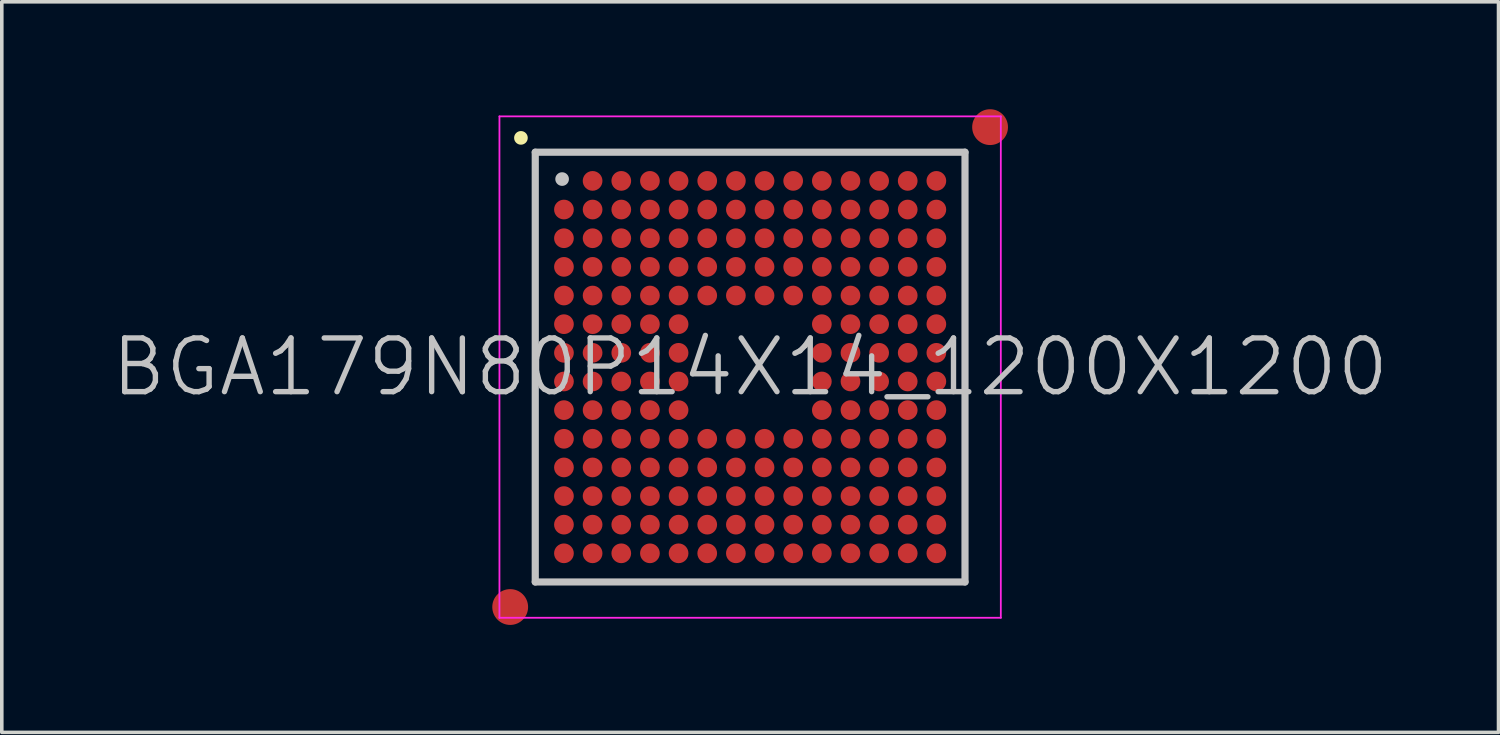
<source format=kicad_pcb>
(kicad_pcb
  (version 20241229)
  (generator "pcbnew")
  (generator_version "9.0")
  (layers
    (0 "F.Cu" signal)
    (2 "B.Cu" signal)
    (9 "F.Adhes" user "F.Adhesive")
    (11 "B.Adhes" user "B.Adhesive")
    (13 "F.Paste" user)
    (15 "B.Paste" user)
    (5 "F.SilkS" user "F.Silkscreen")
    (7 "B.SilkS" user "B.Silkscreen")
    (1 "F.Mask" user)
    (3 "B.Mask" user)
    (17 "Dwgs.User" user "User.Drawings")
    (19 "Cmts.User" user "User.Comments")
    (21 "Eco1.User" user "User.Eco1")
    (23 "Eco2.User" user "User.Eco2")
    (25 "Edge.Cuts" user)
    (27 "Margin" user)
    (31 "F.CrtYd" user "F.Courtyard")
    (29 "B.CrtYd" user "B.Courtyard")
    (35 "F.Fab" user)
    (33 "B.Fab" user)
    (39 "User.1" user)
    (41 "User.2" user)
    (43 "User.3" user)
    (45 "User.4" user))
  (footprint "BGA179N80P14X14_1200X1200"
    (layer "F.Cu")
    (at 17.896 7.2)
    (property "Reference" "BGA179N80P14X14_1200X1200" (at 0 0 0) (layer "Dwgs.User") (effects (font (size 1.5 1.5) (thickness 0.15))))
    (attr smd)
    (fp_line (start -6.4 -6.4) (end -6.4 -6.4) (stroke (width 0.381) (type solid)) (layer "F.SilkS"))
    (fp_line (start -6 -6) (end -6 6) (stroke (width 0.2) (type solid)) (layer "Dwgs.User"))
    (fp_line (start -6 -6) (end 6 -6) (stroke (width 0.2) (type solid)) (layer "Dwgs.User"))
    (fp_line (start -6 6) (end 6 6) (stroke (width 0.2) (type solid)) (layer "Dwgs.User"))
    (fp_line (start -5.25 -5.25) (end -5.25 -5.25) (stroke (width 0.381) (type solid)) (layer "Dwgs.User"))
    (fp_line (start 6 -6) (end 6 6) (stroke (width 0.2) (type solid)) (layer "Dwgs.User"))
    (fp_line (start -7 -7) (end -7 7) (stroke (width 0.05) (type solid)) (layer "F.CrtYd"))
    (fp_line (start -7 -7) (end 7 -7) (stroke (width 0.05) (type solid)) (layer "F.CrtYd"))
    (fp_line (start -7 7) (end 7 7) (stroke (width 0.05) (type solid)) (layer "F.CrtYd"))
    (fp_line (start 7 -7) (end 7 7) (stroke (width 0.05) (type solid)) (layer "F.CrtYd"))
    (pad "" smd circle (at -6.7 6.7) (size 1 1) (layers "F.Cu" "F.Mask"))
    (pad "" smd circle (at 6.7 -6.7) (size 1 1) (layers "F.Cu" "F.Mask"))
    (pad "A2" smd circle (at -4.399 -5.199) (size 0.55 0.55) (layers "F.Cu" "F.Mask" "F.Paste"))
    (pad "A3" smd circle (at -3.598 -5.199) (size 0.55 0.55) (layers "F.Cu" "F.Mask" "F.Paste"))
    (pad "A4" smd circle (at -2.798 -5.199) (size 0.55 0.55) (layers "F.Cu" "F.Mask" "F.Paste"))
    (pad "A5" smd circle (at -1.998 -5.199) (size 0.55 0.55) (layers "F.Cu" "F.Mask" "F.Paste"))
    (pad "A6" smd circle (at -1.198 -5.199) (size 0.55 0.55) (layers "F.Cu" "F.Mask" "F.Paste"))
    (pad "A7" smd circle (at -0.398 -5.199) (size 0.55 0.55) (layers "F.Cu" "F.Mask" "F.Paste"))
    (pad "A8" smd circle (at 0.402 -5.199) (size 0.55 0.55) (layers "F.Cu" "F.Mask" "F.Paste"))
    (pad "A9" smd circle (at 1.202 -5.199) (size 0.55 0.55) (layers "F.Cu" "F.Mask" "F.Paste"))
    (pad "A10" smd circle (at 2.002 -5.199) (size 0.55 0.55) (layers "F.Cu" "F.Mask" "F.Paste"))
    (pad "A11" smd circle (at 2.802 -5.199) (size 0.55 0.55) (layers "F.Cu" "F.Mask" "F.Paste"))
    (pad "A12" smd circle (at 3.602 -5.199) (size 0.55 0.55) (layers "F.Cu" "F.Mask" "F.Paste"))
    (pad "A13" smd circle (at 4.4 -5.199) (size 0.55 0.55) (layers "F.Cu" "F.Mask" "F.Paste"))
    (pad "A14" smd circle (at 5.2 -5.199) (size 0.55 0.55) (layers "F.Cu" "F.Mask" "F.Paste"))
    (pad "B1" smd circle (at -5.199 -4.399) (size 0.55 0.55) (layers "F.Cu" "F.Mask" "F.Paste"))
    (pad "B2" smd circle (at -4.399 -4.399) (size 0.55 0.55) (layers "F.Cu" "F.Mask" "F.Paste"))
    (pad "B3" smd circle (at -3.598 -4.399) (size 0.55 0.55) (layers "F.Cu" "F.Mask" "F.Paste"))
    (pad "B4" smd circle (at -2.798 -4.399) (size 0.55 0.55) (layers "F.Cu" "F.Mask" "F.Paste"))
    (pad "B5" smd circle (at -1.998 -4.399) (size 0.55 0.55) (layers "F.Cu" "F.Mask" "F.Paste"))
    (pad "B6" smd circle (at -1.198 -4.399) (size 0.55 0.55) (layers "F.Cu" "F.Mask" "F.Paste"))
    (pad "B7" smd circle (at -0.398 -4.399) (size 0.55 0.55) (layers "F.Cu" "F.Mask" "F.Paste"))
    (pad "B8" smd circle (at 0.402 -4.399) (size 0.55 0.55) (layers "F.Cu" "F.Mask" "F.Paste"))
    (pad "B9" smd circle (at 1.202 -4.399) (size 0.55 0.55) (layers "F.Cu" "F.Mask" "F.Paste"))
    (pad "B10" smd circle (at 2.002 -4.399) (size 0.55 0.55) (layers "F.Cu" "F.Mask" "F.Paste"))
    (pad "B11" smd circle (at 2.802 -4.399) (size 0.55 0.55) (layers "F.Cu" "F.Mask" "F.Paste"))
    (pad "B12" smd circle (at 3.602 -4.399) (size 0.55 0.55) (layers "F.Cu" "F.Mask" "F.Paste"))
    (pad "B13" smd circle (at 4.4 -4.399) (size 0.55 0.55) (layers "F.Cu" "F.Mask" "F.Paste"))
    (pad "B14" smd circle (at 5.2 -4.399) (size 0.55 0.55) (layers "F.Cu" "F.Mask" "F.Paste"))
    (pad "C1" smd circle (at -5.199 -3.598) (size 0.55 0.55) (layers "F.Cu" "F.Mask" "F.Paste"))
    (pad "C2" smd circle (at -4.399 -3.598) (size 0.55 0.55) (layers "F.Cu" "F.Mask" "F.Paste"))
    (pad "C3" smd circle (at -3.598 -3.598) (size 0.55 0.55) (layers "F.Cu" "F.Mask" "F.Paste"))
    (pad "C4" smd circle (at -2.798 -3.598) (size 0.55 0.55) (layers "F.Cu" "F.Mask" "F.Paste"))
    (pad "C5" smd circle (at -1.998 -3.598) (size 0.55 0.55) (layers "F.Cu" "F.Mask" "F.Paste"))
    (pad "C6" smd circle (at -1.198 -3.598) (size 0.55 0.55) (layers "F.Cu" "F.Mask" "F.Paste"))
    (pad "C7" smd circle (at -0.398 -3.598) (size 0.55 0.55) (layers "F.Cu" "F.Mask" "F.Paste"))
    (pad "C8" smd circle (at 0.402 -3.598) (size 0.55 0.55) (layers "F.Cu" "F.Mask" "F.Paste"))
    (pad "C9" smd circle (at 1.202 -3.598) (size 0.55 0.55) (layers "F.Cu" "F.Mask" "F.Paste"))
    (pad "C10" smd circle (at 2.002 -3.598) (size 0.55 0.55) (layers "F.Cu" "F.Mask" "F.Paste"))
    (pad "C11" smd circle (at 2.802 -3.598) (size 0.55 0.55) (layers "F.Cu" "F.Mask" "F.Paste"))
    (pad "C12" smd circle (at 3.602 -3.598) (size 0.55 0.55) (layers "F.Cu" "F.Mask" "F.Paste"))
    (pad "C13" smd circle (at 4.4 -3.598) (size 0.55 0.55) (layers "F.Cu" "F.Mask" "F.Paste"))
    (pad "C14" smd circle (at 5.2 -3.598) (size 0.55 0.55) (layers "F.Cu" "F.Mask" "F.Paste"))
    (pad "D1" smd circle (at -5.199 -2.798) (size 0.55 0.55) (layers "F.Cu" "F.Mask" "F.Paste"))
    (pad "D2" smd circle (at -4.399 -2.798) (size 0.55 0.55) (layers "F.Cu" "F.Mask" "F.Paste"))
    (pad "D3" smd circle (at -3.598 -2.798) (size 0.55 0.55) (layers "F.Cu" "F.Mask" "F.Paste"))
    (pad "D4" smd circle (at -2.798 -2.798) (size 0.55 0.55) (layers "F.Cu" "F.Mask" "F.Paste"))
    (pad "D5" smd circle (at -1.998 -2.798) (size 0.55 0.55) (layers "F.Cu" "F.Mask" "F.Paste"))
    (pad "D6" smd circle (at -1.198 -2.798) (size 0.55 0.55) (layers "F.Cu" "F.Mask" "F.Paste"))
    (pad "D7" smd circle (at -0.398 -2.798) (size 0.55 0.55) (layers "F.Cu" "F.Mask" "F.Paste"))
    (pad "D8" smd circle (at 0.402 -2.798) (size 0.55 0.55) (layers "F.Cu" "F.Mask" "F.Paste"))
    (pad "D9" smd circle (at 1.202 -2.798) (size 0.55 0.55) (layers "F.Cu" "F.Mask" "F.Paste"))
    (pad "D10" smd circle (at 2.002 -2.798) (size 0.55 0.55) (layers "F.Cu" "F.Mask" "F.Paste"))
    (pad "D11" smd circle (at 2.802 -2.798) (size 0.55 0.55) (layers "F.Cu" "F.Mask" "F.Paste"))
    (pad "D12" smd circle (at 3.602 -2.798) (size 0.55 0.55) (layers "F.Cu" "F.Mask" "F.Paste"))
    (pad "D13" smd circle (at 4.4 -2.798) (size 0.55 0.55) (layers "F.Cu" "F.Mask" "F.Paste"))
    (pad "D14" smd circle (at 5.2 -2.798) (size 0.55 0.55) (layers "F.Cu" "F.Mask" "F.Paste"))
    (pad "E1" smd circle (at -5.199 -1.998) (size 0.55 0.55) (layers "F.Cu" "F.Mask" "F.Paste"))
    (pad "E2" smd circle (at -4.399 -1.998) (size 0.55 0.55) (layers "F.Cu" "F.Mask" "F.Paste"))
    (pad "E3" smd circle (at -3.598 -1.998) (size 0.55 0.55) (layers "F.Cu" "F.Mask" "F.Paste"))
    (pad "E4" smd circle (at -2.798 -1.998) (size 0.55 0.55) (layers "F.Cu" "F.Mask" "F.Paste"))
    (pad "E5" smd circle (at -1.998 -1.998) (size 0.55 0.55) (layers "F.Cu" "F.Mask" "F.Paste"))
    (pad "E6" smd circle (at -1.198 -1.998) (size 0.55 0.55) (layers "F.Cu" "F.Mask" "F.Paste"))
    (pad "E7" smd circle (at -0.398 -1.998) (size 0.55 0.55) (layers "F.Cu" "F.Mask" "F.Paste"))
    (pad "E8" smd circle (at 0.402 -1.998) (size 0.55 0.55) (layers "F.Cu" "F.Mask" "F.Paste"))
    (pad "E9" smd circle (at 1.202 -1.998) (size 0.55 0.55) (layers "F.Cu" "F.Mask" "F.Paste"))
    (pad "E10" smd circle (at 2.002 -1.998) (size 0.55 0.55) (layers "F.Cu" "F.Mask" "F.Paste"))
    (pad "E11" smd circle (at 2.802 -1.998) (size 0.55 0.55) (layers "F.Cu" "F.Mask" "F.Paste"))
    (pad "E12" smd circle (at 3.602 -1.998) (size 0.55 0.55) (layers "F.Cu" "F.Mask" "F.Paste"))
    (pad "E13" smd circle (at 4.4 -1.998) (size 0.55 0.55) (layers "F.Cu" "F.Mask" "F.Paste"))
    (pad "E14" smd circle (at 5.2 -1.998) (size 0.55 0.55) (layers "F.Cu" "F.Mask" "F.Paste"))
    (pad "F1" smd circle (at -5.199 -1.198) (size 0.55 0.55) (layers "F.Cu" "F.Mask" "F.Paste"))
    (pad "F2" smd circle (at -4.399 -1.198) (size 0.55 0.55) (layers "F.Cu" "F.Mask" "F.Paste"))
    (pad "F3" smd circle (at -3.598 -1.198) (size 0.55 0.55) (layers "F.Cu" "F.Mask" "F.Paste"))
    (pad "F4" smd circle (at -2.798 -1.198) (size 0.55 0.55) (layers "F.Cu" "F.Mask" "F.Paste"))
    (pad "F5" smd circle (at -1.998 -1.198) (size 0.55 0.55) (layers "F.Cu" "F.Mask" "F.Paste"))
    (pad "F10" smd circle (at 2.002 -1.198) (size 0.55 0.55) (layers "F.Cu" "F.Mask" "F.Paste"))
    (pad "F11" smd circle (at 2.802 -1.198) (size 0.55 0.55) (layers "F.Cu" "F.Mask" "F.Paste"))
    (pad "F12" smd circle (at 3.602 -1.198) (size 0.55 0.55) (layers "F.Cu" "F.Mask" "F.Paste"))
    (pad "F13" smd circle (at 4.4 -1.198) (size 0.55 0.55) (layers "F.Cu" "F.Mask" "F.Paste"))
    (pad "F14" smd circle (at 5.2 -1.198) (size 0.55 0.55) (layers "F.Cu" "F.Mask" "F.Paste"))
    (pad "G1" smd circle (at -5.199 -0.398) (size 0.55 0.55) (layers "F.Cu" "F.Mask" "F.Paste"))
    (pad "G2" smd circle (at -4.399 -0.398) (size 0.55 0.55) (layers "F.Cu" "F.Mask" "F.Paste"))
    (pad "G3" smd circle (at -3.598 -0.398) (size 0.55 0.55) (layers "F.Cu" "F.Mask" "F.Paste"))
    (pad "G4" smd circle (at -2.798 -0.398) (size 0.55 0.55) (layers "F.Cu" "F.Mask" "F.Paste"))
    (pad "G5" smd circle (at -1.998 -0.398) (size 0.55 0.55) (layers "F.Cu" "F.Mask" "F.Paste"))
    (pad "G10" smd circle (at 2.002 -0.398) (size 0.55 0.55) (layers "F.Cu" "F.Mask" "F.Paste"))
    (pad "G11" smd circle (at 2.802 -0.398) (size 0.55 0.55) (layers "F.Cu" "F.Mask" "F.Paste"))
    (pad "G12" smd circle (at 3.602 -0.398) (size 0.55 0.55) (layers "F.Cu" "F.Mask" "F.Paste"))
    (pad "G13" smd circle (at 4.4 -0.398) (size 0.55 0.55) (layers "F.Cu" "F.Mask" "F.Paste"))
    (pad "G14" smd circle (at 5.2 -0.398) (size 0.55 0.55) (layers "F.Cu" "F.Mask" "F.Paste"))
    (pad "H1" smd circle (at -5.199 0.402) (size 0.55 0.55) (layers "F.Cu" "F.Mask" "F.Paste"))
    (pad "H2" smd circle (at -4.399 0.402) (size 0.55 0.55) (layers "F.Cu" "F.Mask" "F.Paste"))
    (pad "H3" smd circle (at -3.598 0.402) (size 0.55 0.55) (layers "F.Cu" "F.Mask" "F.Paste"))
    (pad "H4" smd circle (at -2.798 0.402) (size 0.55 0.55) (layers "F.Cu" "F.Mask" "F.Paste"))
    (pad "H5" smd circle (at -1.998 0.402) (size 0.55 0.55) (layers "F.Cu" "F.Mask" "F.Paste"))
    (pad "H10" smd circle (at 2.002 0.402) (size 0.55 0.55) (layers "F.Cu" "F.Mask" "F.Paste"))
    (pad "H11" smd circle (at 2.802 0.402) (size 0.55 0.55) (layers "F.Cu" "F.Mask" "F.Paste"))
    (pad "H12" smd circle (at 3.602 0.402) (size 0.55 0.55) (layers "F.Cu" "F.Mask" "F.Paste"))
    (pad "H13" smd circle (at 4.4 0.402) (size 0.55 0.55) (layers "F.Cu" "F.Mask" "F.Paste"))
    (pad "H14" smd circle (at 5.2 0.402) (size 0.55 0.55) (layers "F.Cu" "F.Mask" "F.Paste"))
    (pad "J1" smd circle (at -5.199 1.202) (size 0.55 0.55) (layers "F.Cu" "F.Mask" "F.Paste"))
    (pad "J2" smd circle (at -4.399 1.202) (size 0.55 0.55) (layers "F.Cu" "F.Mask" "F.Paste"))
    (pad "J3" smd circle (at -3.598 1.202) (size 0.55 0.55) (layers "F.Cu" "F.Mask" "F.Paste"))
    (pad "J4" smd circle (at -2.798 1.202) (size 0.55 0.55) (layers "F.Cu" "F.Mask" "F.Paste"))
    (pad "J5" smd circle (at -1.998 1.202) (size 0.55 0.55) (layers "F.Cu" "F.Mask" "F.Paste"))
    (pad "J10" smd circle (at 2.002 1.202) (size 0.55 0.55) (layers "F.Cu" "F.Mask" "F.Paste"))
    (pad "J11" smd circle (at 2.802 1.202) (size 0.55 0.55) (layers "F.Cu" "F.Mask" "F.Paste"))
    (pad "J12" smd circle (at 3.602 1.202) (size 0.55 0.55) (layers "F.Cu" "F.Mask" "F.Paste"))
    (pad "J13" smd circle (at 4.4 1.202) (size 0.55 0.55) (layers "F.Cu" "F.Mask" "F.Paste"))
    (pad "J14" smd circle (at 5.2 1.202) (size 0.55 0.55) (layers "F.Cu" "F.Mask" "F.Paste"))
    (pad "K1" smd circle (at -5.199 2.002) (size 0.55 0.55) (layers "F.Cu" "F.Mask" "F.Paste"))
    (pad "K2" smd circle (at -4.399 2.002) (size 0.55 0.55) (layers "F.Cu" "F.Mask" "F.Paste"))
    (pad "K3" smd circle (at -3.598 2.002) (size 0.55 0.55) (layers "F.Cu" "F.Mask" "F.Paste"))
    (pad "K4" smd circle (at -2.798 2.002) (size 0.55 0.55) (layers "F.Cu" "F.Mask" "F.Paste"))
    (pad "K5" smd circle (at -1.998 2.002) (size 0.55 0.55) (layers "F.Cu" "F.Mask" "F.Paste"))
    (pad "K6" smd circle (at -1.198 2.002) (size 0.55 0.55) (layers "F.Cu" "F.Mask" "F.Paste"))
    (pad "K7" smd circle (at -0.398 2.002) (size 0.55 0.55) (layers "F.Cu" "F.Mask" "F.Paste"))
    (pad "K8" smd circle (at 0.402 2.002) (size 0.55 0.55) (layers "F.Cu" "F.Mask" "F.Paste"))
    (pad "K9" smd circle (at 1.202 2.002) (size 0.55 0.55) (layers "F.Cu" "F.Mask" "F.Paste"))
    (pad "K10" smd circle (at 2.002 2.002) (size 0.55 0.55) (layers "F.Cu" "F.Mask" "F.Paste"))
    (pad "K11" smd circle (at 2.802 2.002) (size 0.55 0.55) (layers "F.Cu" "F.Mask" "F.Paste"))
    (pad "K12" smd circle (at 3.602 2.002) (size 0.55 0.55) (layers "F.Cu" "F.Mask" "F.Paste"))
    (pad "K13" smd circle (at 4.4 2.002) (size 0.55 0.55) (layers "F.Cu" "F.Mask" "F.Paste"))
    (pad "K14" smd circle (at 5.2 2.002) (size 0.55 0.55) (layers "F.Cu" "F.Mask" "F.Paste"))
    (pad "L1" smd circle (at -5.199 2.802) (size 0.55 0.55) (layers "F.Cu" "F.Mask" "F.Paste"))
    (pad "L2" smd circle (at -4.399 2.802) (size 0.55 0.55) (layers "F.Cu" "F.Mask" "F.Paste"))
    (pad "L3" smd circle (at -3.598 2.802) (size 0.55 0.55) (layers "F.Cu" "F.Mask" "F.Paste"))
    (pad "L4" smd circle (at -2.798 2.802) (size 0.55 0.55) (layers "F.Cu" "F.Mask" "F.Paste"))
    (pad "L5" smd circle (at -1.998 2.802) (size 0.55 0.55) (layers "F.Cu" "F.Mask" "F.Paste"))
    (pad "L6" smd circle (at -1.198 2.802) (size 0.55 0.55) (layers "F.Cu" "F.Mask" "F.Paste"))
    (pad "L7" smd circle (at -0.398 2.802) (size 0.55 0.55) (layers "F.Cu" "F.Mask" "F.Paste"))
    (pad "L8" smd circle (at 0.402 2.802) (size 0.55 0.55) (layers "F.Cu" "F.Mask" "F.Paste"))
    (pad "L9" smd circle (at 1.202 2.802) (size 0.55 0.55) (layers "F.Cu" "F.Mask" "F.Paste"))
    (pad "L10" smd circle (at 2.002 2.802) (size 0.55 0.55) (layers "F.Cu" "F.Mask" "F.Paste"))
    (pad "L11" smd circle (at 2.802 2.802) (size 0.55 0.55) (layers "F.Cu" "F.Mask" "F.Paste"))
    (pad "L12" smd circle (at 3.602 2.802) (size 0.55 0.55) (layers "F.Cu" "F.Mask" "F.Paste"))
    (pad "L13" smd circle (at 4.4 2.802) (size 0.55 0.55) (layers "F.Cu" "F.Mask" "F.Paste"))
    (pad "L14" smd circle (at 5.2 2.802) (size 0.55 0.55) (layers "F.Cu" "F.Mask" "F.Paste"))
    (pad "M1" smd circle (at -5.199 3.602) (size 0.55 0.55) (layers "F.Cu" "F.Mask" "F.Paste"))
    (pad "M2" smd circle (at -4.399 3.602) (size 0.55 0.55) (layers "F.Cu" "F.Mask" "F.Paste"))
    (pad "M3" smd circle (at -3.598 3.602) (size 0.55 0.55) (layers "F.Cu" "F.Mask" "F.Paste"))
    (pad "M4" smd circle (at -2.798 3.602) (size 0.55 0.55) (layers "F.Cu" "F.Mask" "F.Paste"))
    (pad "M5" smd circle (at -1.998 3.602) (size 0.55 0.55) (layers "F.Cu" "F.Mask" "F.Paste"))
    (pad "M6" smd circle (at -1.198 3.602) (size 0.55 0.55) (layers "F.Cu" "F.Mask" "F.Paste"))
    (pad "M7" smd circle (at -0.398 3.602) (size 0.55 0.55) (layers "F.Cu" "F.Mask" "F.Paste"))
    (pad "M8" smd circle (at 0.402 3.602) (size 0.55 0.55) (layers "F.Cu" "F.Mask" "F.Paste"))
    (pad "M9" smd circle (at 1.202 3.602) (size 0.55 0.55) (layers "F.Cu" "F.Mask" "F.Paste"))
    (pad "M10" smd circle (at 2.002 3.602) (size 0.55 0.55) (layers "F.Cu" "F.Mask" "F.Paste"))
    (pad "M11" smd circle (at 2.802 3.602) (size 0.55 0.55) (layers "F.Cu" "F.Mask" "F.Paste"))
    (pad "M12" smd circle (at 3.602 3.602) (size 0.55 0.55) (layers "F.Cu" "F.Mask" "F.Paste"))
    (pad "M13" smd circle (at 4.4 3.602) (size 0.55 0.55) (layers "F.Cu" "F.Mask" "F.Paste"))
    (pad "M14" smd circle (at 5.2 3.602) (size 0.55 0.55) (layers "F.Cu" "F.Mask" "F.Paste"))
    (pad "N1" smd circle (at -5.199 4.4) (size 0.55 0.55) (layers "F.Cu" "F.Mask" "F.Paste"))
    (pad "N2" smd circle (at -4.399 4.4) (size 0.55 0.55) (layers "F.Cu" "F.Mask" "F.Paste"))
    (pad "N3" smd circle (at -3.598 4.4) (size 0.55 0.55) (layers "F.Cu" "F.Mask" "F.Paste"))
    (pad "N4" smd circle (at -2.798 4.4) (size 0.55 0.55) (layers "F.Cu" "F.Mask" "F.Paste"))
    (pad "N5" smd circle (at -1.998 4.4) (size 0.55 0.55) (layers "F.Cu" "F.Mask" "F.Paste"))
    (pad "N6" smd circle (at -1.198 4.4) (size 0.55 0.55) (layers "F.Cu" "F.Mask" "F.Paste"))
    (pad "N7" smd circle (at -0.398 4.4) (size 0.55 0.55) (layers "F.Cu" "F.Mask" "F.Paste"))
    (pad "N8" smd circle (at 0.402 4.4) (size 0.55 0.55) (layers "F.Cu" "F.Mask" "F.Paste"))
    (pad "N9" smd circle (at 1.202 4.4) (size 0.55 0.55) (layers "F.Cu" "F.Mask" "F.Paste"))
    (pad "N10" smd circle (at 2.002 4.4) (size 0.55 0.55) (layers "F.Cu" "F.Mask" "F.Paste"))
    (pad "N11" smd circle (at 2.802 4.4) (size 0.55 0.55) (layers "F.Cu" "F.Mask" "F.Paste"))
    (pad "N12" smd circle (at 3.602 4.4) (size 0.55 0.55) (layers "F.Cu" "F.Mask" "F.Paste"))
    (pad "N13" smd circle (at 4.4 4.4) (size 0.55 0.55) (layers "F.Cu" "F.Mask" "F.Paste"))
    (pad "N14" smd circle (at 5.2 4.4) (size 0.55 0.55) (layers "F.Cu" "F.Mask" "F.Paste"))
    (pad "P1" smd circle (at -5.199 5.2) (size 0.55 0.55) (layers "F.Cu" "F.Mask" "F.Paste"))
    (pad "P2" smd circle (at -4.399 5.2) (size 0.55 0.55) (layers "F.Cu" "F.Mask" "F.Paste"))
    (pad "P3" smd circle (at -3.598 5.2) (size 0.55 0.55) (layers "F.Cu" "F.Mask" "F.Paste"))
    (pad "P4" smd circle (at -2.798 5.2) (size 0.55 0.55) (layers "F.Cu" "F.Mask" "F.Paste"))
    (pad "P5" smd circle (at -1.998 5.2) (size 0.55 0.55) (layers "F.Cu" "F.Mask" "F.Paste"))
    (pad "P6" smd circle (at -1.198 5.2) (size 0.55 0.55) (layers "F.Cu" "F.Mask" "F.Paste"))
    (pad "P7" smd circle (at -0.398 5.2) (size 0.55 0.55) (layers "F.Cu" "F.Mask" "F.Paste"))
    (pad "P8" smd circle (at 0.402 5.2) (size 0.55 0.55) (layers "F.Cu" "F.Mask" "F.Paste"))
    (pad "P9" smd circle (at 1.202 5.2) (size 0.55 0.55) (layers "F.Cu" "F.Mask" "F.Paste"))
    (pad "P10" smd circle (at 2.002 5.2) (size 0.55 0.55) (layers "F.Cu" "F.Mask" "F.Paste"))
    (pad "P11" smd circle (at 2.802 5.2) (size 0.55 0.55) (layers "F.Cu" "F.Mask" "F.Paste"))
    (pad "P12" smd circle (at 3.602 5.2) (size 0.55 0.55) (layers "F.Cu" "F.Mask" "F.Paste"))
    (pad "P13" smd circle (at 4.4 5.2) (size 0.55 0.55) (layers "F.Cu" "F.Mask" "F.Paste"))
    (pad "P14" smd circle (at 5.2 5.2) (size 0.55 0.55) (layers "F.Cu" "F.Mask" "F.Paste")))
  (gr_rect
    (start -3 -3)
    (end 38.793 17.4)
    (stroke (width 0.1) (type default))
    (fill no)
    (layer "Edge.Cuts")))
</source>
